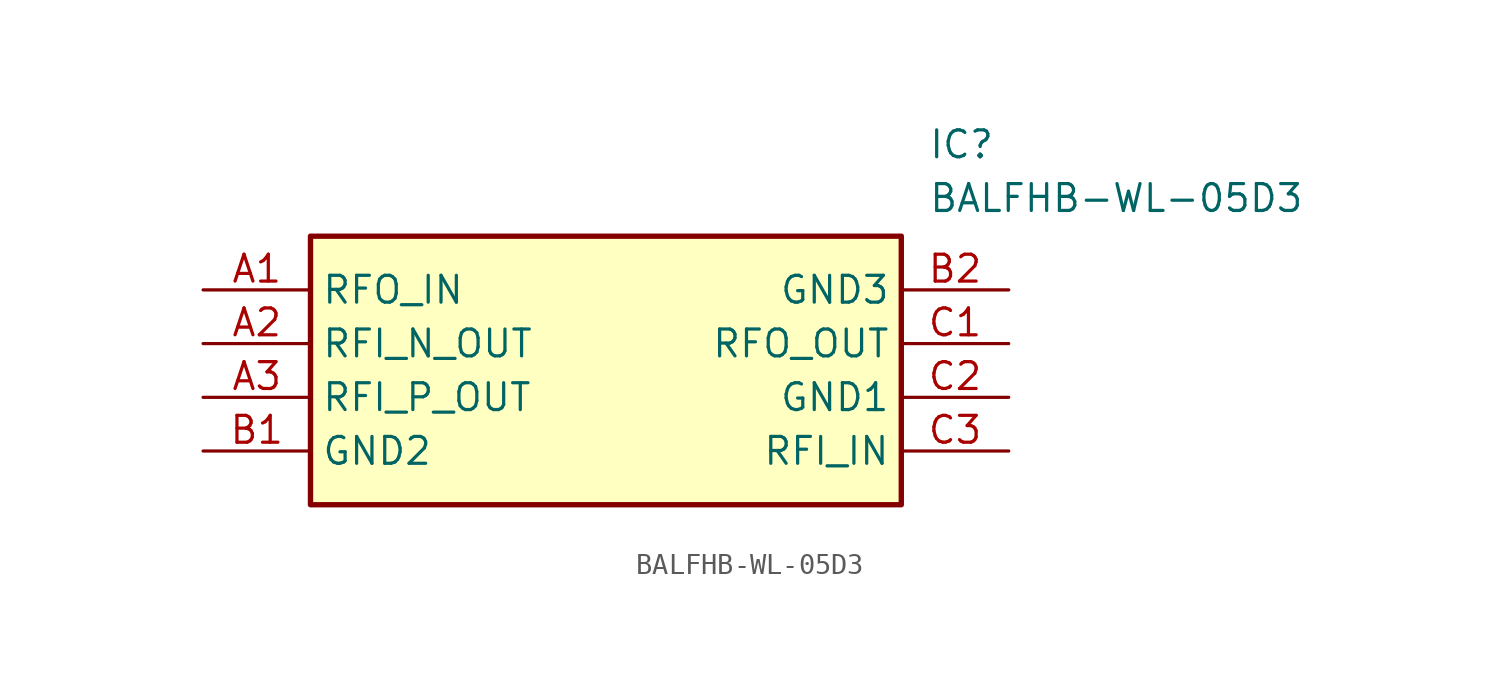
<source format=kicad_sym>
(kicad_symbol_lib
  (version 20211014)
  (generator SamacSys_ECAD_Model)
  (symbol "BALFHB-WL-05D3"
    (property "Reference" "IC"
      (at 34.29 7.62 0)
      (effects (font (size 1.27 1.27)) (justify left top)))
    (property "Value" "BALFHB-WL-05D3"
      (at 34.29 5.08 0)
      (effects (font (size 1.27 1.27)) (justify left top)))
    (rectangle
      (start 5.08 2.54)
      (end 33.02 -10.16)
      (stroke (width 0.254) (type default))
      (fill (type background)))
    (pin passive line
      (at 0 0 0)
      (length 5.08)
      (name "RFO_IN" (effects (font (size 1.27 1.27))))
      (number "A1" (effects (font (size 1.27 1.27)))))
    (pin passive line
      (at 0 -2.54 0)
      (length 5.08)
      (name "RFI_N_OUT" (effects (font (size 1.27 1.27))))
      (number "A2" (effects (font (size 1.27 1.27)))))
    (pin passive line
      (at 0 -5.08 0)
      (length 5.08)
      (name "RFI_P_OUT" (effects (font (size 1.27 1.27))))
      (number "A3" (effects (font (size 1.27 1.27)))))
    (pin passive line
      (at 0 -7.62 0)
      (length 5.08)
      (name "GND2" (effects (font (size 1.27 1.27))))
      (number "B1" (effects (font (size 1.27 1.27)))))
    (pin passive line
      (at 38.1 0 180)
      (length 5.08)
      (name "GND3" (effects (font (size 1.27 1.27))))
      (number "B2" (effects (font (size 1.27 1.27)))))
    (pin passive line
      (at 38.1 -2.54 180)
      (length 5.08)
      (name "RFO_OUT" (effects (font (size 1.27 1.27))))
      (number "C1" (effects (font (size 1.27 1.27)))))
    (pin passive line
      (at 38.1 -5.08 180)
      (length 5.08)
      (name "GND1" (effects (font (size 1.27 1.27))))
      (number "C2" (effects (font (size 1.27 1.27)))))
    (pin passive line
      (at 38.1 -7.62 180)
      (length 5.08)
      (name "RFI_IN" (effects (font (size 1.27 1.27))))
      (number "C3" (effects (font (size 1.27 1.27)))))))
</source>
